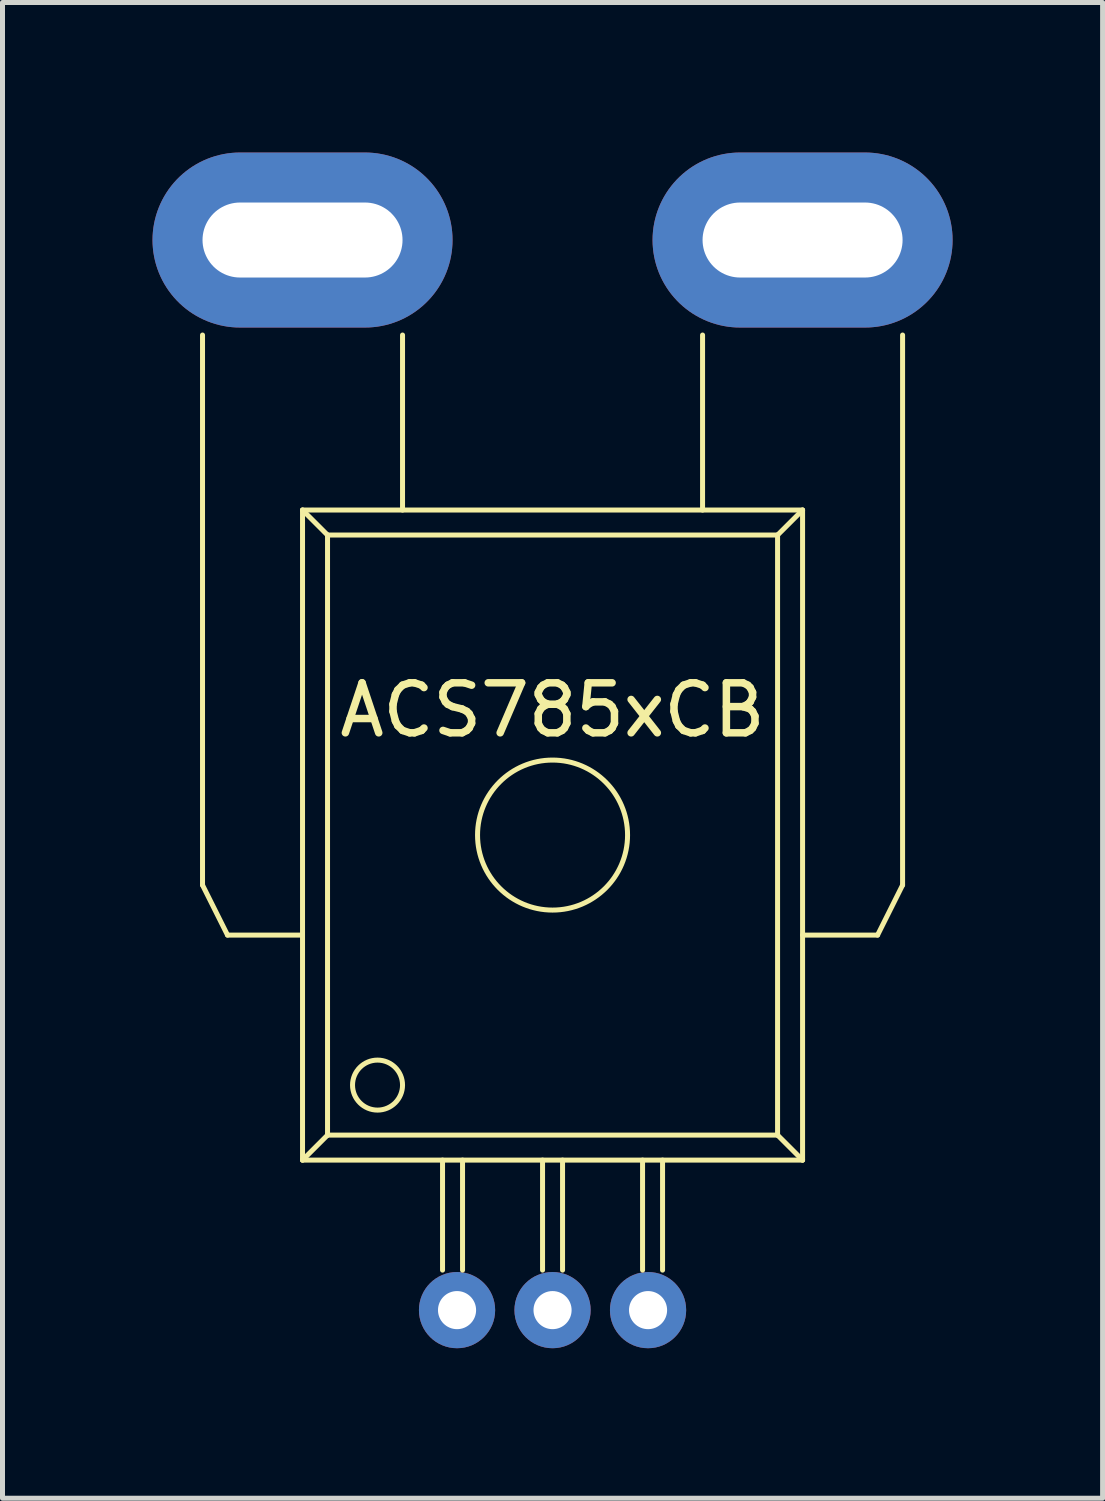
<source format=kicad_pcb>
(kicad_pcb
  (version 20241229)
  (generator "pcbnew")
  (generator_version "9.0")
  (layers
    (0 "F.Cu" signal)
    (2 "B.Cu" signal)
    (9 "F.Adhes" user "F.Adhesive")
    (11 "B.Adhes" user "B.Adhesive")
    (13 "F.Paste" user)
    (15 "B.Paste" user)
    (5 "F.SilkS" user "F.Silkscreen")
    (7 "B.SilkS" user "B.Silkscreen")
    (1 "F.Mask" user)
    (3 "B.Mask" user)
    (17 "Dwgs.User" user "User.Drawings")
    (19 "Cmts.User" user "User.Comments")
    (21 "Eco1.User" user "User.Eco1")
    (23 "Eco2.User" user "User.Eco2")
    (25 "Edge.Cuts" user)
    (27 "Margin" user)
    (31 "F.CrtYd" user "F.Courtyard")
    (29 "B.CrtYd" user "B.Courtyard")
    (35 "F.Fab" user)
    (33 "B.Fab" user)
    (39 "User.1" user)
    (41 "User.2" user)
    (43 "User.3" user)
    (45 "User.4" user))
  (footprint "ACS785xCB"
    (layer "F.Cu")
    (at 8 23.15)
    (property "Reference" "ACS785xCB" (at 0 -12 0) (layer "F.SilkS") (effects (font (size 1 1) (thickness 0.15))))
    (attr through_hole)
    (fp_line (start -7 -8.5) (end -7 -19.5) (stroke (width 0.1) (type solid)) (layer "F.SilkS"))
    (fp_line (start -7 -8.5) (end -6.5 -7.5) (stroke (width 0.1) (type solid)) (layer "F.SilkS"))
    (fp_line (start -6.5 -7.5) (end -5 -7.5) (stroke (width 0.1) (type solid)) (layer "F.SilkS"))
    (fp_line (start -5 -16) (end -5 -3) (stroke (width 0.1) (type solid)) (layer "F.SilkS"))
    (fp_line (start -5 -16) (end -4.5 -15.5) (stroke (width 0.1) (type solid)) (layer "F.SilkS"))
    (fp_line (start -5 -16) (end 5 -16) (stroke (width 0.1) (type solid)) (layer "F.SilkS"))
    (fp_line (start -4.5 -15.5) (end 4.5 -15.5) (stroke (width 0.1) (type solid)) (layer "F.SilkS"))
    (fp_line (start -4.5 -3.5) (end -5 -3) (stroke (width 0.1) (type solid)) (layer "F.SilkS"))
    (fp_line (start -4.5 -3.5) (end -4.5 -15.5) (stroke (width 0.1) (type solid)) (layer "F.SilkS"))
    (fp_line (start -3 -19.5) (end -3 -16) (stroke (width 0.1) (type solid)) (layer "F.SilkS"))
    (fp_line (start -2.2 -3) (end -2.2 -0.8) (stroke (width 0.1) (type solid)) (layer "F.SilkS"))
    (fp_line (start -1.8 -3) (end -1.8 -0.8) (stroke (width 0.1) (type solid)) (layer "F.SilkS"))
    (fp_line (start -0.2 -3) (end -0.2 -0.8) (stroke (width 0.1) (type solid)) (layer "F.SilkS"))
    (fp_line (start 0.2 -3) (end 0.2 -0.8) (stroke (width 0.1) (type solid)) (layer "F.SilkS"))
    (fp_line (start 1.8 -3) (end 1.8 -0.8) (stroke (width 0.1) (type solid)) (layer "F.SilkS"))
    (fp_line (start 2.2 -3) (end 2.2 -0.8) (stroke (width 0.1) (type solid)) (layer "F.SilkS"))
    (fp_line (start 3 -19.5) (end 3 -16) (stroke (width 0.1) (type solid)) (layer "F.SilkS"))
    (fp_line (start 4.5 -15.5) (end 4.5 -3.5) (stroke (width 0.1) (type solid)) (layer "F.SilkS"))
    (fp_line (start 4.5 -15.5) (end 5 -16) (stroke (width 0.1) (type solid)) (layer "F.SilkS"))
    (fp_line (start 4.5 -3.5) (end -4.5 -3.5) (stroke (width 0.1) (type solid)) (layer "F.SilkS"))
    (fp_line (start 4.5 -3.5) (end 5 -3) (stroke (width 0.1) (type solid)) (layer "F.SilkS"))
    (fp_line (start 5 -16) (end 5 -3) (stroke (width 0.1) (type solid)) (layer "F.SilkS"))
    (fp_line (start 5 -3) (end -5 -3) (stroke (width 0.1) (type solid)) (layer "F.SilkS"))
    (fp_line (start 6.5 -7.5) (end 5 -7.5) (stroke (width 0.1) (type solid)) (layer "F.SilkS"))
    (fp_line (start 6.5 -7.5) (end 7 -8.5) (stroke (width 0.1) (type solid)) (layer "F.SilkS"))
    (fp_line (start 7 -8.5) (end 7 -19.5) (stroke (width 0.1) (type solid)) (layer "F.SilkS"))
    (fp_circle (center -3.5 -4.5) (end -3 -4.5) (stroke (width 0.1) (type solid)) (fill no) (layer "F.SilkS"))
    (fp_circle (center 0 -9.5) (end 0 -11) (stroke (width 0.1) (type solid)) (fill no) (layer "F.SilkS"))
    (pad "1" thru_hole circle (at -1.91 0) (size 1.524 1.524) (drill 0.762) (layers "*.Cu" "*.Mask"))
    (pad "2" thru_hole circle (at 0 0) (size 1.524 1.524) (drill 0.762) (layers "*.Cu" "*.Mask"))
    (pad "3" thru_hole circle (at 1.91 0) (size 1.524 1.524) (drill 0.762) (layers "*.Cu" "*.Mask"))
    (pad "4" thru_hole oval (at 5 -21.4) (size 6 3.5) (drill oval 4 1.5) (layers "*.Cu" "*.Mask"))
    (pad "5" thru_hole oval (at -5 -21.4) (size 6 3.5) (drill oval 4 1.5) (layers "*.Cu" "*.Mask")))
  (gr_rect
    (start -3 -3)
    (end 19 26.912)
    (stroke (width 0.1) (type default))
    (fill no)
    (layer "Edge.Cuts")))
</source>
